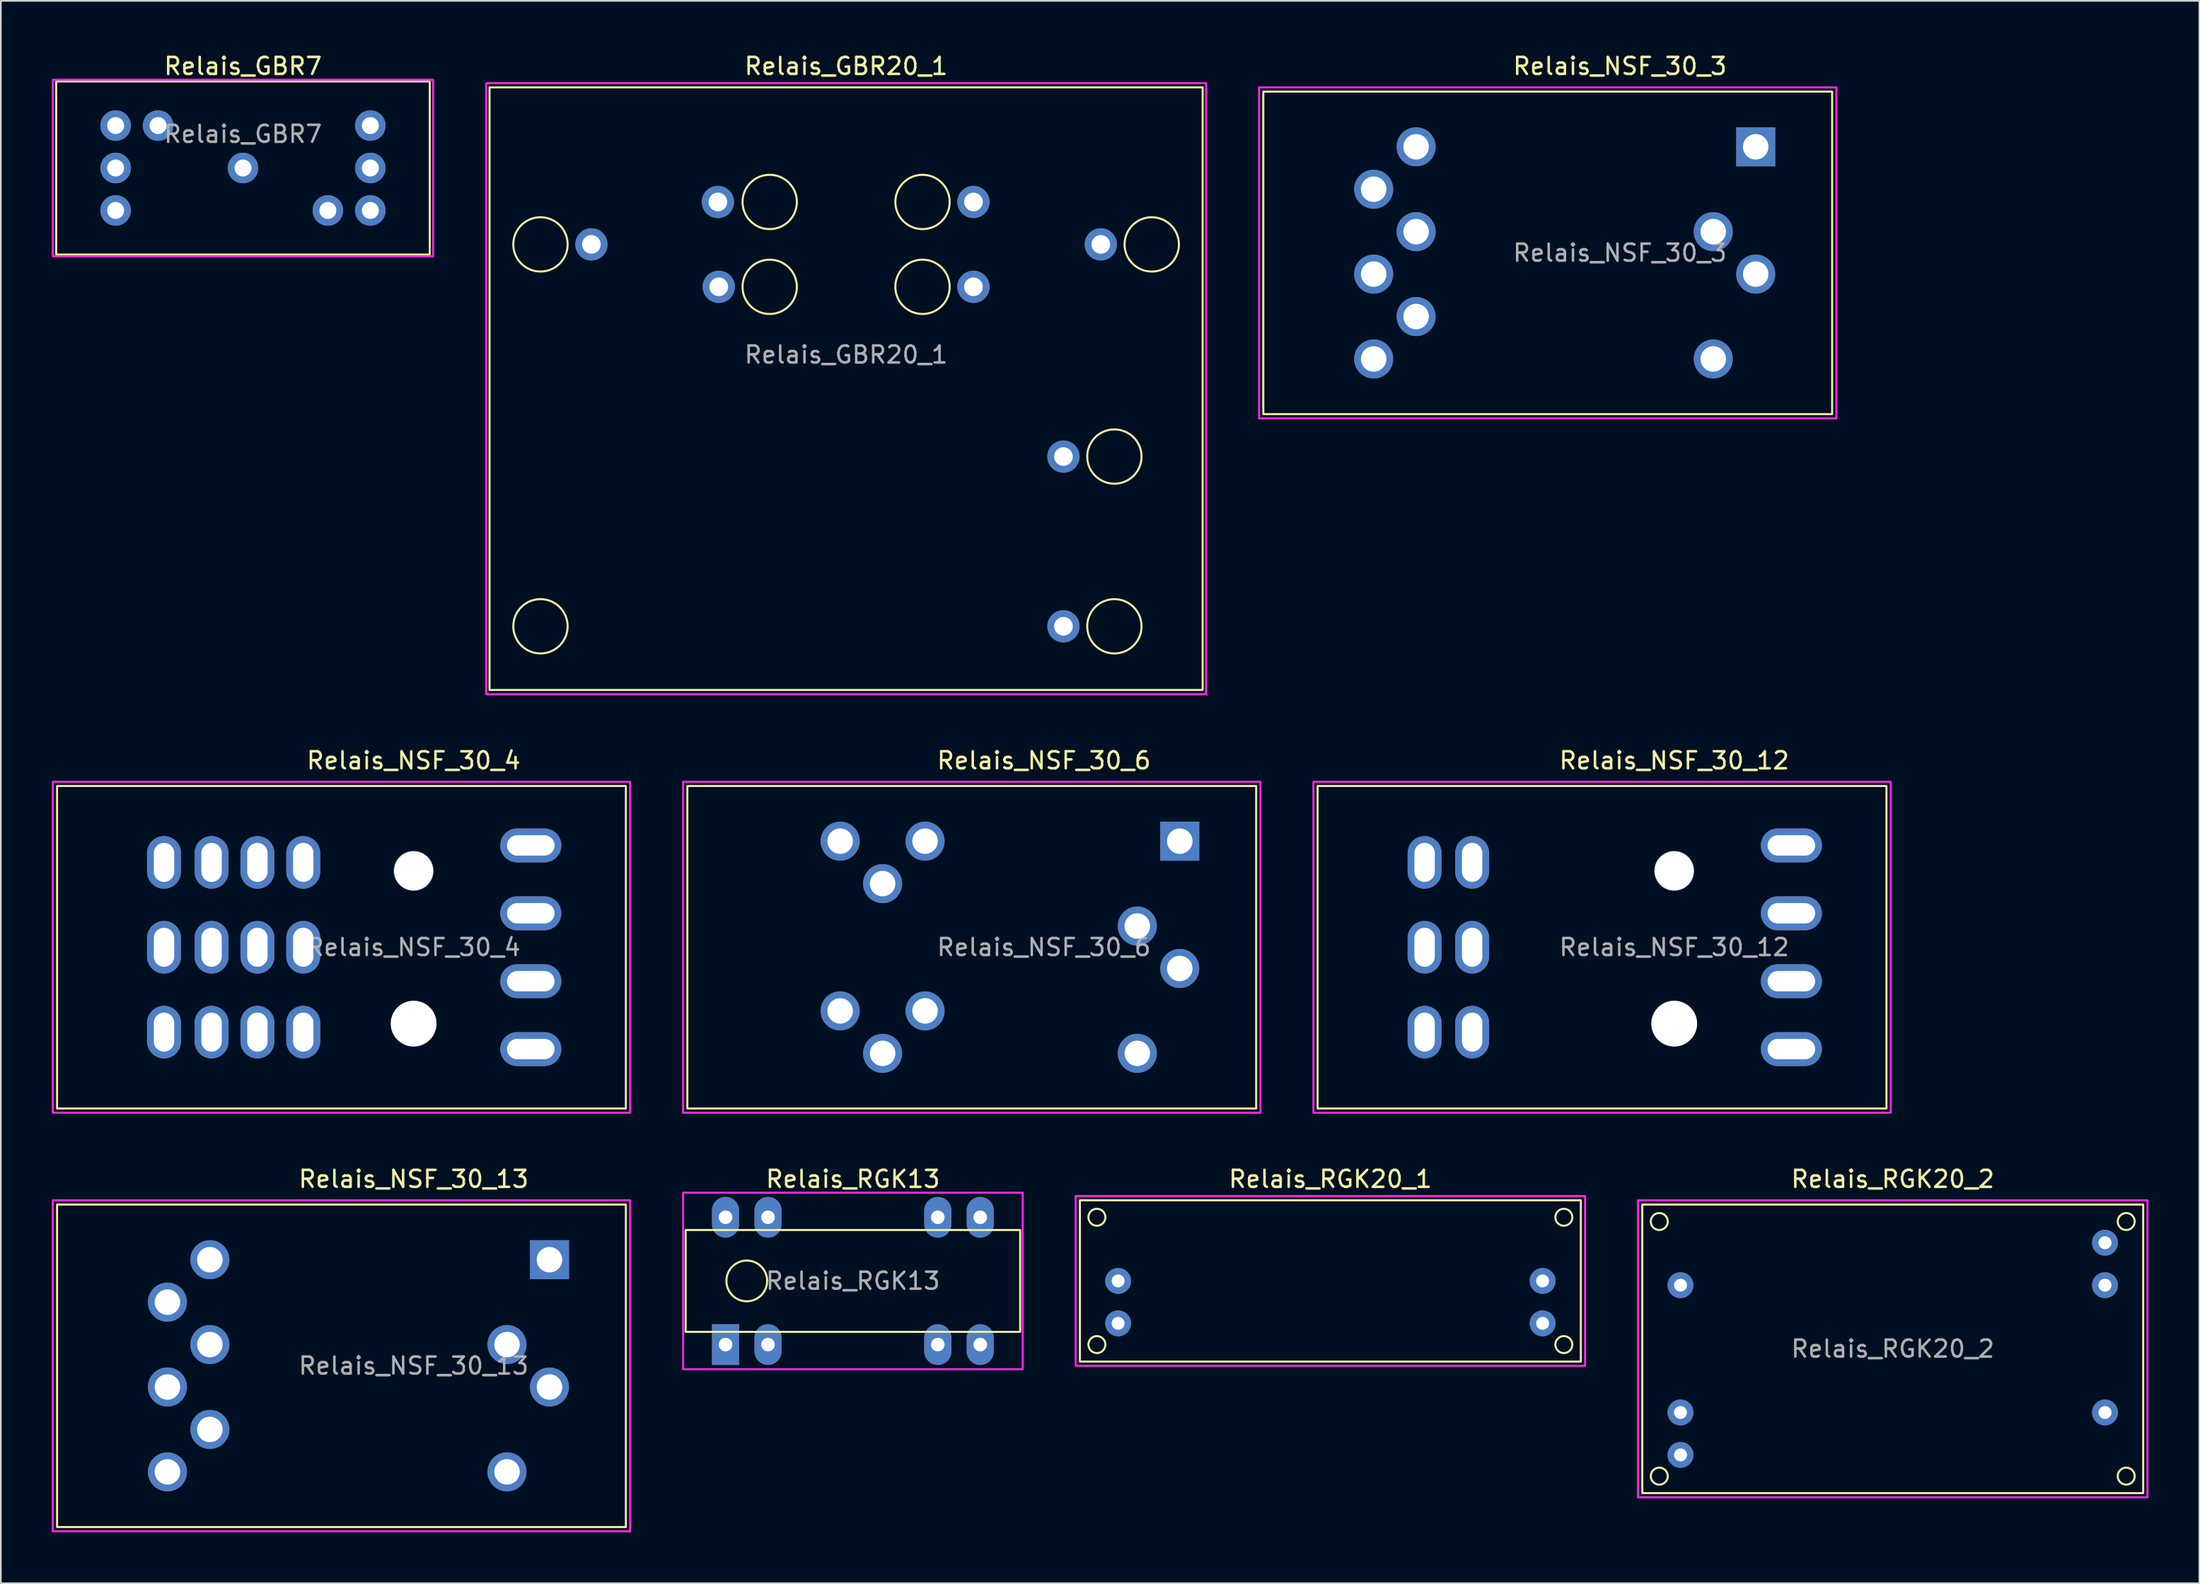
<source format=kicad_pcb>
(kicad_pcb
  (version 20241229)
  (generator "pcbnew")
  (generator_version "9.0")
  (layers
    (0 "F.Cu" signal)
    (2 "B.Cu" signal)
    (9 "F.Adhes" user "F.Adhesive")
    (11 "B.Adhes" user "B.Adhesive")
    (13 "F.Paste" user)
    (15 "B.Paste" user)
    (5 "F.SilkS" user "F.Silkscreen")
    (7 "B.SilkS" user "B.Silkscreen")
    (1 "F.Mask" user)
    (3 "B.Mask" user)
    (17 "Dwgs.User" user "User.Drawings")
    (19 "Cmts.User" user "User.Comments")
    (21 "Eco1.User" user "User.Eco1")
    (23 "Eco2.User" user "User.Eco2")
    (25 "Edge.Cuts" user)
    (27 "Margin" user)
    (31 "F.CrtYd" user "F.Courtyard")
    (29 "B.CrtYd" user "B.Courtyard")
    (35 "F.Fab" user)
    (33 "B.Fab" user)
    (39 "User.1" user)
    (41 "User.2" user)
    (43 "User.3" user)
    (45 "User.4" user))
  (footprint "Relais_RGK20_2"
    (layer "F.Cu")
    (at 108.42 76.415)
    (property "Reference" "Relais_RGK20_2" (at 0 -10 0) (unlocked yes) (layer "F.SilkS") (effects (font (size 1 1) (thickness 0.15))))
    (attr through_hole)
    (fp_rect (start -14.75 8.5) (end 14.75 -8.5) (stroke (width 0.12) (type solid)) (fill no) (layer "F.SilkS"))
    (fp_circle (center -13.75 -7.5) (end -13.25 -7.5) (stroke (width 0.12) (type solid)) (fill no) (layer "F.SilkS"))
    (fp_circle (center -13.75 7.5) (end -13.25 7.5) (stroke (width 0.12) (type solid)) (fill no) (layer "F.SilkS"))
    (fp_circle (center 13.75 -7.5) (end 14.25 -7.5) (stroke (width 0.12) (type solid)) (fill no) (layer "F.SilkS"))
    (fp_circle (center 13.75 7.5) (end 14.25 7.5) (stroke (width 0.12) (type solid)) (fill no) (layer "F.SilkS"))
    (fp_rect (start -15 8.75) (end 15 -8.75) (stroke (width 0.12) (type solid)) (fill no) (layer "F.CrtYd"))
    (fp_text user "${REFERENCE}" (at 0 0 0) (layer "F.Fab") (effects (font (size 1 1) (thickness 0.15))))
    (pad "1" thru_hole circle (at -12.5 6.25) (size 1.524 1.524) (drill 0.762) (layers "*.Cu" "*.Mask"))
    (pad "2" thru_hole circle (at 12.5 -6.25) (size 1.524 1.524) (drill 0.762) (layers "*.Cu" "*.Mask"))
    (pad "5" thru_hole circle (at -12.5 3.75) (size 1.524 1.524) (drill 0.762) (layers "*.Cu" "*.Mask"))
    (pad "6" thru_hole circle (at 12.5 3.75) (size 1.524 1.524) (drill 0.762) (layers "*.Cu" "*.Mask"))
    (pad "7" thru_hole circle (at -12.5 -3.75) (size 1.524 1.524) (drill 0.762) (layers "*.Cu" "*.Mask"))
    (pad "8" thru_hole circle (at 12.5 -3.75) (size 1.524 1.524) (drill 0.762) (layers "*.Cu" "*.Mask")))
  (footprint "Relais_RGK13"
    (layer "F.Cu")
    (at 47.18 72.415)
    (property "Reference" "Relais_RGK13" (at 0 -6 0) (unlocked yes) (layer "F.SilkS") (effects (font (size 1 1) (thickness 0.15))))
    (attr through_hole)
    (fp_rect (start -9.85 3) (end 9.85 -3) (stroke (width 0.12) (type solid)) (fill no) (layer "F.SilkS"))
    (fp_circle (center -6.25 0) (end -5.05 0) (stroke (width 0.12) (type solid)) (fill no) (layer "F.SilkS"))
    (fp_rect (start -10 5.2) (end 10 -5.2) (stroke (width 0.12) (type solid)) (fill no) (layer "F.CrtYd"))
    (fp_text user "${REFERENCE}" (at 0 0 0) (layer "F.Fab") (effects (font (size 1 1) (thickness 0.15))))
    (pad "1" thru_hole rect (at -7.5 3.75 90) (size 2.4 1.6) (drill 0.8) (layers "*.Cu" "*.Mask"))
    (pad "2" thru_hole oval (at -5 3.75 90) (size 2.4 1.6) (drill 0.8) (layers "*.Cu" "*.Mask"))
    (pad "6" thru_hole oval (at 5 3.75 90) (size 2.4 1.6) (drill 0.8) (layers "*.Cu" "*.Mask"))
    (pad "7" thru_hole oval (at 7.5 3.75 90) (size 2.4 1.6) (drill 0.8) (layers "*.Cu" "*.Mask"))
    (pad "8" thru_hole oval (at 7.5 -3.75 90) (size 2.4 1.6) (drill 0.8) (layers "*.Cu" "*.Mask"))
    (pad "9" thru_hole oval (at 5 -3.75 90) (size 2.4 1.6) (drill 0.8) (layers "*.Cu" "*.Mask"))
    (pad "13" thru_hole oval (at -5 -3.75 90) (size 2.4 1.6) (drill 0.8) (layers "*.Cu" "*.Mask"))
    (pad "14" thru_hole oval (at -7.5 -3.75 90) (size 2.4 1.6) (drill 0.8) (layers "*.Cu" "*.Mask")))
  (footprint "Relais_GBR20_1"
    (layer "F.Cu")
    (at 46.78 19.848)
    (property "Reference" "Relais_GBR20_1" (at 0 -19 0) (unlocked yes) (layer "F.SilkS") (effects (font (size 1 1) (thickness 0.15))))
    (attr through_hole)
    (fp_rect (start -21 -17.75) (end 21 17.75) (stroke (width 0.12) (type solid)) (fill no) (layer "F.SilkS"))
    (fp_circle (center -18 -8.5) (end -16.4 -8.5) (stroke (width 0.12) (type solid)) (fill no) (layer "F.SilkS"))
    (fp_circle (center -18 14) (end -16.4 14) (stroke (width 0.12) (type solid)) (fill no) (layer "F.SilkS"))
    (fp_circle (center -4.5 -11) (end -2.9 -11) (stroke (width 0.12) (type solid)) (fill no) (layer "F.SilkS"))
    (fp_circle (center -4.5 -6) (end -2.9 -6) (stroke (width 0.12) (type solid)) (fill no) (layer "F.SilkS"))
    (fp_circle (center 4.5 -11) (end 6.1 -11) (stroke (width 0.12) (type solid)) (fill no) (layer "F.SilkS"))
    (fp_circle (center 4.5 -6) (end 6.1 -6) (stroke (width 0.12) (type solid)) (fill no) (layer "F.SilkS"))
    (fp_circle (center 15.8 4) (end 17.4 4) (stroke (width 0.12) (type solid)) (fill no) (layer "F.SilkS"))
    (fp_circle (center 15.8 14) (end 17.4 14) (stroke (width 0.12) (type solid)) (fill no) (layer "F.SilkS"))
    (fp_circle (center 18 -8.5) (end 19.6 -8.5) (stroke (width 0.12) (type solid)) (fill no) (layer "F.SilkS"))
    (fp_rect (start -21.2 -18) (end 21.2 18) (stroke (width 0.12) (type solid)) (fill no) (layer "F.CrtYd"))
    (fp_text user "${REFERENCE}" (at 0 -2 0) (layer "F.Fab") (effects (font (size 1 1) (thickness 0.15))))
    (pad "1" thru_hole circle (at 12.8 14) (size 1.9 1.9) (drill 1.1) (layers "*.Cu" "*.Mask"))
    (pad "4" thru_hole circle (at 12.8 4) (size 1.9 1.9) (drill 1.1) (layers "*.Cu" "*.Mask"))
    (pad "5" thru_hole circle (at 7.5 -6) (size 1.9 1.9) (drill 1.1) (layers "*.Cu" "*.Mask"))
    (pad "6" thru_hole circle (at 15 -8.5) (size 1.9 1.9) (drill 1.1) (layers "*.Cu" "*.Mask"))
    (pad "7" thru_hole circle (at 7.5 -11) (size 1.9 1.9) (drill 1.1) (layers "*.Cu" "*.Mask"))
    (pad "8" thru_hole circle (at -7.5 -6) (size 1.9 1.9) (drill 1.1) (layers "*.Cu" "*.Mask"))
    (pad "9" thru_hole circle (at -15 -8.5) (size 1.9 1.9) (drill 1.1) (layers "*.Cu" "*.Mask"))
    (pad "10" thru_hole circle (at -7.55 -11) (size 1.9 1.9) (drill 1.1) (layers "*.Cu" "*.Mask")))
  (footprint "Relais_NSF_30_13"
    (layer "F.Cu")
    (at 21.31 77.415)
    (property "Reference" "Relais_NSF_30_13" (at 0 -11 0) (unlocked yes) (layer "F.SilkS") (effects (font (size 1 1) (thickness 0.15))))
    (attr through_hole)
    (fp_rect (start -21 9.5) (end 12.5 -9.5) (stroke (width 0.12) (type solid)) (fill no) (layer "F.SilkS"))
    (fp_rect (start -21.25 9.75) (end 12.75 -9.75) (stroke (width 0.12) (type solid)) (fill no) (layer "F.CrtYd"))
    (fp_text user "${REFERENCE}" (at 0 0 0) (layer "F.Fab") (effects (font (size 1 1) (thickness 0.15))))
    (pad "1" thru_hole rect (at 8 -6.25 90) (size 2.3 2.3) (drill 1.5) (layers "*.Cu" "*.Mask"))
    (pad "2" thru_hole circle (at 5.5 -1.25 90) (size 2.3 2.3) (drill 1.5) (layers "*.Cu" "*.Mask"))
    (pad "3" thru_hole circle (at 8 1.25 90) (size 2.3 2.3) (drill 1.5) (layers "*.Cu" "*.Mask"))
    (pad "4" thru_hole circle (at 5.5 6.25 90) (size 2.3 2.3) (drill 1.5) (layers "*.Cu" "*.Mask"))
    (pad "8" thru_hole circle (at -12 -6.25 90) (size 2.3 2.3) (drill 1.5) (layers "*.Cu" "*.Mask"))
    (pad "9" thru_hole circle (at -14.5 1.25 90) (size 2.3 2.3) (drill 1.5) (layers "*.Cu" "*.Mask"))
    (pad "10" thru_hole circle (at -14.5 -3.75 90) (size 2.3 2.3) (drill 1.5) (layers "*.Cu" "*.Mask"))
    (pad "14" thru_hole circle (at -12 3.75 90) (size 2.3 2.3) (drill 1.5) (layers "*.Cu" "*.Mask"))
    (pad "15" thru_hole circle (at -12 -1.25 90) (size 2.3 2.3) (drill 1.5) (layers "*.Cu" "*.Mask"))
    (pad "16" thru_hole circle (at -14.5 6.25 90) (size 2.3 2.3) (drill 1.5) (layers "*.Cu" "*.Mask")))
  (footprint "Relais_GBR7"
    (layer "F.Cu")
    (at 11.26 6.848)
    (property "Reference" "Relais_GBR7" (at 0 -6 0) (unlocked yes) (layer "F.SilkS") (effects (font (size 1 1) (thickness 0.15))))
    (attr through_hole)
    (fp_rect (start -11 -5.1) (end 11 5.1) (stroke (width 0.12) (type solid)) (fill no) (layer "F.SilkS"))
    (fp_rect (start -11.2 -5.2) (end 11.2 5.2) (stroke (width 0.12) (type solid)) (fill no) (layer "F.CrtYd"))
    (fp_text user "${REFERENCE}" (at 0 -2 0) (layer "F.Fab") (effects (font (size 1 1) (thickness 0.15))))
    (pad "1" thru_hole circle (at -7.5 -2.5) (size 1.8 1.8) (drill 1) (layers "*.Cu" "*.Mask"))
    (pad "2" thru_hole circle (at 7.5 2.5) (size 1.8 1.8) (drill 1) (layers "*.Cu" "*.Mask"))
    (pad "5" thru_hole circle (at -5 -2.5) (size 1.8 1.8) (drill 1) (layers "*.Cu" "*.Mask"))
    (pad "6" thru_hole circle (at 7.5 -2.5) (size 1.8 1.8) (drill 1) (layers "*.Cu" "*.Mask"))
    (pad "7" thru_hole circle (at 7.5 0) (size 1.8 1.8) (drill 1) (layers "*.Cu" "*.Mask"))
    (pad "8" thru_hole circle (at 5 2.5) (size 1.8 1.8) (drill 1) (layers "*.Cu" "*.Mask"))
    (pad "9" thru_hole circle (at -7.5 2.5) (size 1.8 1.8) (drill 1) (layers "*.Cu" "*.Mask"))
    (pad "10" thru_hole circle (at -7.5 0) (size 1.8 1.8) (drill 1) (layers "*.Cu" "*.Mask"))
    (pad "GND" thru_hole circle (at 0 0) (size 1.8 1.8) (drill 1) (layers "*.Cu" "*.Mask")))
  (footprint "Relais_NSF_30_12"
    (layer "F.Cu")
    (at 95.55 52.757)
    (property "Reference" "Relais_NSF_30_12" (at 0 -11 0) (unlocked yes) (layer "F.SilkS") (effects (font (size 1 1) (thickness 0.15))))
    (attr through_hole)
    (fp_rect (start -21 9.5) (end 12.5 -9.5) (stroke (width 0.12) (type solid)) (fill no) (layer "F.SilkS"))
    (fp_rect (start -21.25 9.75) (end 12.75 -9.75) (stroke (width 0.12) (type solid)) (fill no) (layer "F.CrtYd"))
    (fp_text user "${REFERENCE}" (at 0 0 0) (layer "F.Fab") (effects (font (size 1 1) (thickness 0.15))))
    (pad "" np_thru_hole circle (at 0 -4.5 90) (size 2.35 2.35) (drill 2.3) (layers "*.Cu" "*.Mask"))
    (pad "" np_thru_hole circle (at 0 4.5 90) (size 2.7 2.7) (drill 2.7) (layers "*.Cu" "*.Mask"))
    (pad "1" thru_hole oval (at 6.9 -6 90) (size 2 3.6) (drill oval 1.2 2.8) (layers "*.Cu" "*.Mask"))
    (pad "2" thru_hole oval (at 6.9 -2 90) (size 2 3.6) (drill oval 1.2 2.8) (layers "*.Cu" "*.Mask"))
    (pad "3" thru_hole oval (at 6.9 2 90) (size 2 3.6) (drill oval 1.2 2.8) (layers "*.Cu" "*.Mask"))
    (pad "4" thru_hole oval (at 6.9 6 90) (size 2 3.6) (drill oval 1.2 2.8) (layers "*.Cu" "*.Mask"))
    (pad "8" thru_hole oval (at -11.9 -5) (size 2 3.1) (drill oval 1.2 2.3) (layers "*.Cu" "*.Mask"))
    (pad "9" thru_hole oval (at -14.7 0) (size 2 3.1) (drill oval 1.2 2.3) (layers "*.Cu" "*.Mask"))
    (pad "10" thru_hole oval (at -14.7 -5) (size 2 3.1) (drill oval 1.2 2.3) (layers "*.Cu" "*.Mask"))
    (pad "14" thru_hole oval (at -11.9 5) (size 2 3.1) (drill oval 1.2 2.3) (layers "*.Cu" "*.Mask"))
    (pad "15" thru_hole oval (at -11.9 0) (size 2 3.1) (drill oval 1.2 2.3) (layers "*.Cu" "*.Mask"))
    (pad "16" thru_hole oval (at -14.7 5) (size 2 3.1) (drill oval 1.2 2.3) (layers "*.Cu" "*.Mask")))
  (footprint "Relais_NSF_30_4"
    (layer "F.Cu")
    (at 21.31 52.757)
    (property "Reference" "Relais_NSF_30_4" (at 0 -11 0) (unlocked yes) (layer "F.SilkS") (effects (font (size 1 1) (thickness 0.15))))
    (attr through_hole)
    (fp_rect (start -21 9.5) (end 12.5 -9.5) (stroke (width 0.12) (type solid)) (fill no) (layer "F.SilkS"))
    (fp_rect (start -21.25 9.75) (end 12.75 -9.75) (stroke (width 0.12) (type solid)) (fill no) (layer "F.CrtYd"))
    (fp_text user "${REFERENCE}" (at 0 0 0) (layer "F.Fab") (effects (font (size 1 1) (thickness 0.15))))
    (pad "" np_thru_hole circle (at 0 -4.5 90) (size 2.35 2.35) (drill 2.3) (layers "*.Cu" "*.Mask"))
    (pad "" np_thru_hole circle (at 0 4.5 90) (size 2.7 2.7) (drill 2.7) (layers "*.Cu" "*.Mask"))
    (pad "1" thru_hole oval (at 6.9 -6 90) (size 2 3.6) (drill oval 1.2 2.8) (layers "*.Cu" "*.Mask"))
    (pad "2" thru_hole oval (at 6.9 -2 90) (size 2 3.6) (drill oval 1.2 2.8) (layers "*.Cu" "*.Mask"))
    (pad "3" thru_hole oval (at 6.9 2 90) (size 2 3.6) (drill oval 1.2 2.8) (layers "*.Cu" "*.Mask"))
    (pad "4" thru_hole oval (at 6.9 6 90) (size 2 3.6) (drill oval 1.2 2.8) (layers "*.Cu" "*.Mask"))
    (pad "5" thru_hole oval (at -6.5 -5) (size 2 3.1) (drill oval 1.2 2.3) (layers "*.Cu" "*.Mask"))
    (pad "6" thru_hole oval (at -9.2 0) (size 2 3.1) (drill oval 1.2 2.3) (layers "*.Cu" "*.Mask"))
    (pad "7" thru_hole oval (at -9.2 -5) (size 2 3.1) (drill oval 1.2 2.3) (layers "*.Cu" "*.Mask"))
    (pad "8" thru_hole oval (at -11.9 -5) (size 2 3.1) (drill oval 1.2 2.3) (layers "*.Cu" "*.Mask"))
    (pad "9" thru_hole oval (at -14.7 0) (size 2 3.1) (drill oval 1.2 2.3) (layers "*.Cu" "*.Mask"))
    (pad "10" thru_hole oval (at -14.7 -5) (size 2 3.1) (drill oval 1.2 2.3) (layers "*.Cu" "*.Mask"))
    (pad "11" thru_hole oval (at -6.5 5) (size 2 3.1) (drill oval 1.2 2.3) (layers "*.Cu" "*.Mask"))
    (pad "12" thru_hole oval (at -6.5 0) (size 2 3.1) (drill oval 1.2 2.3) (layers "*.Cu" "*.Mask"))
    (pad "13" thru_hole oval (at -9.2 5) (size 2 3.1) (drill oval 1.2 2.3) (layers "*.Cu" "*.Mask"))
    (pad "14" thru_hole oval (at -11.9 5) (size 2 3.1) (drill oval 1.2 2.3) (layers "*.Cu" "*.Mask"))
    (pad "15" thru_hole oval (at -11.9 0) (size 2 3.1) (drill oval 1.2 2.3) (layers "*.Cu" "*.Mask"))
    (pad "16" thru_hole oval (at -14.7 5) (size 2 3.1) (drill oval 1.2 2.3) (layers "*.Cu" "*.Mask")))
  (footprint "Relais_RGK20_1"
    (layer "F.Cu")
    (at 75.3 72.415)
    (property "Reference" "Relais_RGK20_1" (at 0 -6 0) (unlocked yes) (layer "F.SilkS") (effects (font (size 1 1) (thickness 0.15))))
    (attr through_hole)
    (fp_rect (start -14.75 4.75) (end 14.75 -4.75) (stroke (width 0.12) (type solid)) (fill no) (layer "F.SilkS"))
    (fp_circle (center -13.75 -3.75) (end -13.25 -3.75) (stroke (width 0.12) (type solid)) (fill no) (layer "F.SilkS"))
    (fp_circle (center -13.75 3.75) (end -13.25 3.75) (stroke (width 0.12) (type solid)) (fill no) (layer "F.SilkS"))
    (fp_circle (center 13.75 -3.75) (end 14.25 -3.75) (stroke (width 0.12) (type solid)) (fill no) (layer "F.SilkS"))
    (fp_circle (center 13.75 3.75) (end 14.25 3.75) (stroke (width 0.12) (type solid)) (fill no) (layer "F.SilkS"))
    (fp_rect (start -15 5) (end 15 -5) (stroke (width 0.12) (type solid)) (fill no) (layer "F.CrtYd"))
    (pad "1" thru_hole circle (at -12.5 2.5) (size 1.524 1.524) (drill 0.762) (layers "*.Cu" "*.Mask"))
    (pad "2" thru_hole circle (at 12.5 2.5) (size 1.524 1.524) (drill 0.762) (layers "*.Cu" "*.Mask"))
    (pad "5" thru_hole circle (at -12.5 0) (size 1.524 1.524) (drill 0.762) (layers "*.Cu" "*.Mask"))
    (pad "6" thru_hole circle (at 12.5 0) (size 1.524 1.524) (drill 0.762) (layers "*.Cu" "*.Mask")))
  (footprint "Relais_NSF_30_6"
    (layer "F.Cu")
    (at 58.43 52.757)
    (property "Reference" "Relais_NSF_30_6" (at 0 -11 0) (unlocked yes) (layer "F.SilkS") (effects (font (size 1 1) (thickness 0.15))))
    (attr through_hole)
    (fp_rect (start -21 9.5) (end 12.5 -9.5) (stroke (width 0.12) (type solid)) (fill no) (layer "F.SilkS"))
    (fp_rect (start -21.25 9.75) (end 12.75 -9.75) (stroke (width 0.12) (type solid)) (fill no) (layer "F.CrtYd"))
    (fp_text user "${REFERENCE}" (at 0 0 0) (layer "F.Fab") (effects (font (size 1 1) (thickness 0.15))))
    (pad "1" thru_hole rect (at 8 -6.25 90) (size 2.3 2.3) (drill 1.5) (layers "*.Cu" "*.Mask"))
    (pad "2" thru_hole circle (at 5.5 -1.25 90) (size 2.3 2.3) (drill 1.5) (layers "*.Cu" "*.Mask"))
    (pad "3" thru_hole circle (at 8 1.25 90) (size 2.3 2.3) (drill 1.5) (layers "*.Cu" "*.Mask"))
    (pad "4" thru_hole circle (at 5.5 6.25 90) (size 2.3 2.3) (drill 1.5) (layers "*.Cu" "*.Mask"))
    (pad "5" thru_hole circle (at -7 -6.25 90) (size 2.3 2.3) (drill 1.5) (layers "*.Cu" "*.Mask"))
    (pad "7" thru_hole circle (at -9.5 -3.75 90) (size 2.3 2.3) (drill 1.5) (layers "*.Cu" "*.Mask"))
    (pad "8" thru_hole circle (at -12 -6.25 90) (size 2.3 2.3) (drill 1.5) (layers "*.Cu" "*.Mask"))
    (pad "11" thru_hole circle (at -7 3.75 90) (size 2.3 2.3) (drill 1.5) (layers "*.Cu" "*.Mask"))
    (pad "13" thru_hole circle (at -9.5 6.25 90) (size 2.3 2.3) (drill 1.5) (layers "*.Cu" "*.Mask"))
    (pad "14" thru_hole circle (at -12 3.75 90) (size 2.3 2.3) (drill 1.5) (layers "*.Cu" "*.Mask")))
  (footprint "Relais_NSF_30_3"
    (layer "F.Cu")
    (at 92.35 11.848)
    (property "Reference" "Relais_NSF_30_3" (at 0 -11 0) (unlocked yes) (layer "F.SilkS") (effects (font (size 1 1) (thickness 0.15))))
    (attr through_hole)
    (fp_rect (start -21 9.5) (end 12.5 -9.5) (stroke (width 0.12) (type solid)) (fill no) (layer "F.SilkS"))
    (fp_rect (start -21.25 9.75) (end 12.75 -9.75) (stroke (width 0.12) (type solid)) (fill no) (layer "F.CrtYd"))
    (fp_text user "${REFERENCE}" (at 0 0 0) (layer "F.Fab") (effects (font (size 1 1) (thickness 0.15))))
    (pad "1" thru_hole rect (at 8 -6.25 90) (size 2.3 2.3) (drill 1.5) (layers "*.Cu" "*.Mask"))
    (pad "2" thru_hole circle (at 5.5 -1.25 90) (size 2.3 2.3) (drill 1.5) (layers "*.Cu" "*.Mask"))
    (pad "3" thru_hole circle (at 8 1.25 90) (size 2.3 2.3) (drill 1.5) (layers "*.Cu" "*.Mask"))
    (pad "4" thru_hole circle (at 5.5 6.25 90) (size 2.3 2.3) (drill 1.5) (layers "*.Cu" "*.Mask"))
    (pad "8" thru_hole circle (at -12 -6.25 90) (size 2.3 2.3) (drill 1.5) (layers "*.Cu" "*.Mask"))
    (pad "9" thru_hole circle (at -14.5 1.25 90) (size 2.3 2.3) (drill 1.5) (layers "*.Cu" "*.Mask"))
    (pad "10" thru_hole circle (at -14.5 -3.75 90) (size 2.3 2.3) (drill 1.5) (layers "*.Cu" "*.Mask"))
    (pad "14" thru_hole circle (at -12 3.75 90) (size 2.3 2.3) (drill 1.5) (layers "*.Cu" "*.Mask"))
    (pad "15" thru_hole circle (at -12 -1.25 90) (size 2.3 2.3) (drill 1.5) (layers "*.Cu" "*.Mask"))
    (pad "16" thru_hole circle (at -14.5 6.25 90) (size 2.3 2.3) (drill 1.5) (layers "*.Cu" "*.Mask")))
  (gr_rect
    (start -3 -3)
    (end 126.48 90.225)
    (stroke (width 0.1) (type default))
    (fill no)
    (layer "Edge.Cuts")))
</source>
